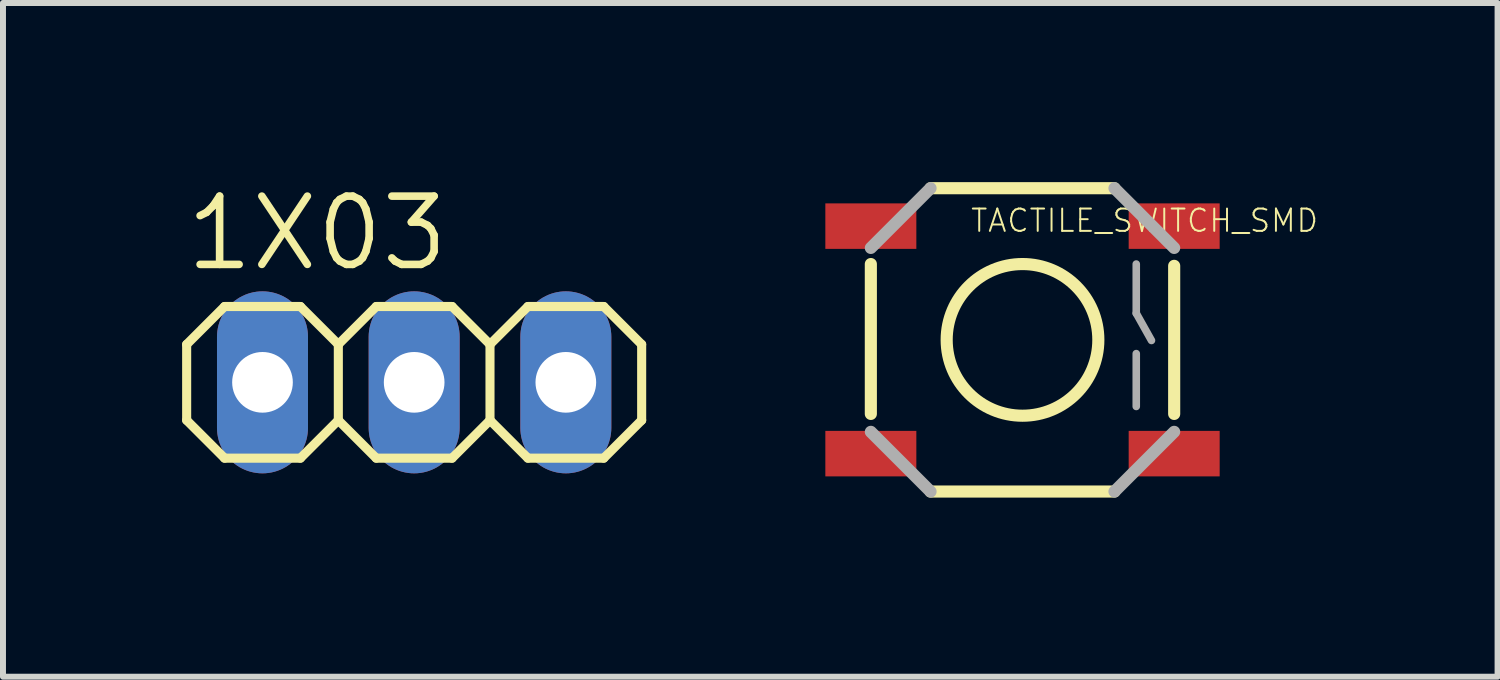
<source format=kicad_pcb>
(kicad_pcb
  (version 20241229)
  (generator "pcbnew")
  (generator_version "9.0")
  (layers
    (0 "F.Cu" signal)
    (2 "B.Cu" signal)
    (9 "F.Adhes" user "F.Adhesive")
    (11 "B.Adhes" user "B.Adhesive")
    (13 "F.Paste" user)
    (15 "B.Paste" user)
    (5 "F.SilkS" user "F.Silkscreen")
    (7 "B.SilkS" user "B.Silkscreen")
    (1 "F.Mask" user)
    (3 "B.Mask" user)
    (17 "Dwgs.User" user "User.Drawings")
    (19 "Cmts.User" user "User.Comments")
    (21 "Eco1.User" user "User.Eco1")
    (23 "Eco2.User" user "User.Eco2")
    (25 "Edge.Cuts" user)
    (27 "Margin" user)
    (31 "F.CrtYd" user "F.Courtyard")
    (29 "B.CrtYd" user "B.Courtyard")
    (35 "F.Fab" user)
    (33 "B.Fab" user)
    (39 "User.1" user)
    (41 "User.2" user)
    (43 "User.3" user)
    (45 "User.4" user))
  (footprint "TACTILE_SWITCH_SMD"
    (layer "F.Cu")
    (at 14.074 2.642)
    (property "Reference" "TACTILE_SWITCH_SMD" (at -0.889 -1.778 0) (layer "F.SilkS") (effects (font (size 0.374 0.374) (thickness 0.033)) (justify left bottom)))
    (fp_line (start -2.54 1.24) (end -2.54 -1.27) (stroke (width 0.203) (type solid)) (layer "F.SilkS"))
    (fp_line (start -1.54 -2.54) (end 1.54 -2.54) (stroke (width 0.203) (type solid)) (layer "F.SilkS"))
    (fp_line (start 1.54 2.54) (end -1.54 2.54) (stroke (width 0.203) (type solid)) (layer "F.SilkS"))
    (fp_line (start 2.54 -1.24) (end 2.54 1.24) (stroke (width 0.203) (type solid)) (layer "F.SilkS"))
    (fp_circle (center 0 0) (end 1.27 0) (stroke (width 0.203) (type solid)) (fill no) (layer "F.SilkS"))
    (fp_line (start -2.54 -1.54) (end -1.54 -2.54) (stroke (width 0.203) (type solid)) (layer "F.Fab"))
    (fp_line (start -1.54 2.54) (end -2.54 1.54) (stroke (width 0.203) (type solid)) (layer "F.Fab"))
    (fp_line (start 1.54 -2.54) (end 2.54 -1.54) (stroke (width 0.203) (type solid)) (layer "F.Fab"))
    (fp_line (start 1.905 -1.27) (end 1.905 -0.445) (stroke (width 0.127) (type solid)) (layer "F.Fab"))
    (fp_line (start 1.905 -0.445) (end 2.16 0.01) (stroke (width 0.127) (type solid)) (layer "F.Fab"))
    (fp_line (start 1.905 0.23) (end 1.905 1.115) (stroke (width 0.127) (type solid)) (layer "F.Fab"))
    (fp_line (start 2.54 1.54) (end 1.54 2.54) (stroke (width 0.203) (type solid)) (layer "F.Fab"))
    (pad "1" smd rect (at -2.54 -1.905 90) (size 0.762 1.524) (layers "F.Cu" "F.Mask" "F.Paste"))
    (pad "2" smd rect (at 2.54 -1.905 90) (size 0.762 1.524) (layers "F.Cu" "F.Mask" "F.Paste"))
    (pad "3" smd rect (at -2.54 1.905 90) (size 0.762 1.524) (layers "F.Cu" "F.Mask" "F.Paste"))
    (pad "4" smd rect (at 2.54 1.905 90) (size 0.762 1.524) (layers "F.Cu" "F.Mask" "F.Paste")))
  (footprint "1X03"
    (layer "F.Cu")
    (at 3.886 3.353)
    (property "Reference" "1X03" (at -3.886 -1.829 0) (layer "F.SilkS") (effects (font (size 1.143 1.143) (thickness 0.127)) (justify left bottom)))
    (fp_line (start -3.81 -0.635) (end -3.81 0.635) (stroke (width 0.152) (type solid)) (layer "F.SilkS"))
    (fp_line (start -3.81 0.635) (end -3.175 1.27) (stroke (width 0.152) (type solid)) (layer "F.SilkS"))
    (fp_line (start -3.175 -1.27) (end -3.81 -0.635) (stroke (width 0.152) (type solid)) (layer "F.SilkS"))
    (fp_line (start -3.175 -1.27) (end -1.905 -1.27) (stroke (width 0.152) (type solid)) (layer "F.SilkS"))
    (fp_line (start -1.905 -1.27) (end -1.27 -0.635) (stroke (width 0.152) (type solid)) (layer "F.SilkS"))
    (fp_line (start -1.905 1.27) (end -3.175 1.27) (stroke (width 0.152) (type solid)) (layer "F.SilkS"))
    (fp_line (start -1.27 -0.635) (end -1.27 0.635) (stroke (width 0.152) (type solid)) (layer "F.SilkS"))
    (fp_line (start -1.27 -0.635) (end -0.635 -1.27) (stroke (width 0.152) (type solid)) (layer "F.SilkS"))
    (fp_line (start -1.27 0.635) (end -1.905 1.27) (stroke (width 0.152) (type solid)) (layer "F.SilkS"))
    (fp_line (start -0.635 -1.27) (end 0.635 -1.27) (stroke (width 0.152) (type solid)) (layer "F.SilkS"))
    (fp_line (start -0.635 1.27) (end -1.27 0.635) (stroke (width 0.152) (type solid)) (layer "F.SilkS"))
    (fp_line (start 0.635 -1.27) (end 1.27 -0.635) (stroke (width 0.152) (type solid)) (layer "F.SilkS"))
    (fp_line (start 0.635 1.27) (end -0.635 1.27) (stroke (width 0.152) (type solid)) (layer "F.SilkS"))
    (fp_line (start 1.27 -0.635) (end 1.27 0.635) (stroke (width 0.152) (type solid)) (layer "F.SilkS"))
    (fp_line (start 1.27 -0.635) (end 1.905 -1.27) (stroke (width 0.152) (type solid)) (layer "F.SilkS"))
    (fp_line (start 1.27 0.635) (end 0.635 1.27) (stroke (width 0.152) (type solid)) (layer "F.SilkS"))
    (fp_line (start 1.905 -1.27) (end 3.175 -1.27) (stroke (width 0.152) (type solid)) (layer "F.SilkS"))
    (fp_line (start 1.905 1.27) (end 1.27 0.635) (stroke (width 0.152) (type solid)) (layer "F.SilkS"))
    (fp_line (start 3.175 -1.27) (end 3.81 -0.635) (stroke (width 0.152) (type solid)) (layer "F.SilkS"))
    (fp_line (start 3.175 1.27) (end 1.905 1.27) (stroke (width 0.152) (type solid)) (layer "F.SilkS"))
    (fp_line (start 3.81 -0.635) (end 3.81 0.635) (stroke (width 0.152) (type solid)) (layer "F.SilkS"))
    (fp_line (start 3.81 0.635) (end 3.175 1.27) (stroke (width 0.152) (type solid)) (layer "F.SilkS"))
    (fp_poly (pts (xy -2.794 0.254) (xy -2.286 0.254) (xy -2.286 -0.254) (xy -2.794 -0.254)) (stroke (width 0.1) (type solid)) (fill no) (layer "F.Fab"))
    (fp_poly (pts (xy -0.254 0.254) (xy 0.254 0.254) (xy 0.254 -0.254) (xy -0.254 -0.254)) (stroke (width 0.1) (type solid)) (fill no) (layer "F.Fab"))
    (fp_poly (pts (xy 2.286 0.254) (xy 2.794 0.254) (xy 2.794 -0.254) (xy 2.286 -0.254)) (stroke (width 0.1) (type solid)) (fill no) (layer "F.Fab"))
    (pad "1" thru_hole oval (at -2.54 0 90) (size 3.048 1.524) (drill 1.016) (layers "*.Cu" "*.Mask"))
    (pad "2" thru_hole oval (at 0 0 90) (size 3.048 1.524) (drill 1.016) (layers "*.Cu" "*.Mask"))
    (pad "3" thru_hole oval (at 2.54 0 90) (size 3.048 1.524) (drill 1.016) (layers "*.Cu" "*.Mask")))
  (gr_rect
    (start -3 -3)
    (end 22.03 8.283)
    (stroke (width 0.1) (type default))
    (fill no)
    (layer "Edge.Cuts")))
</source>
